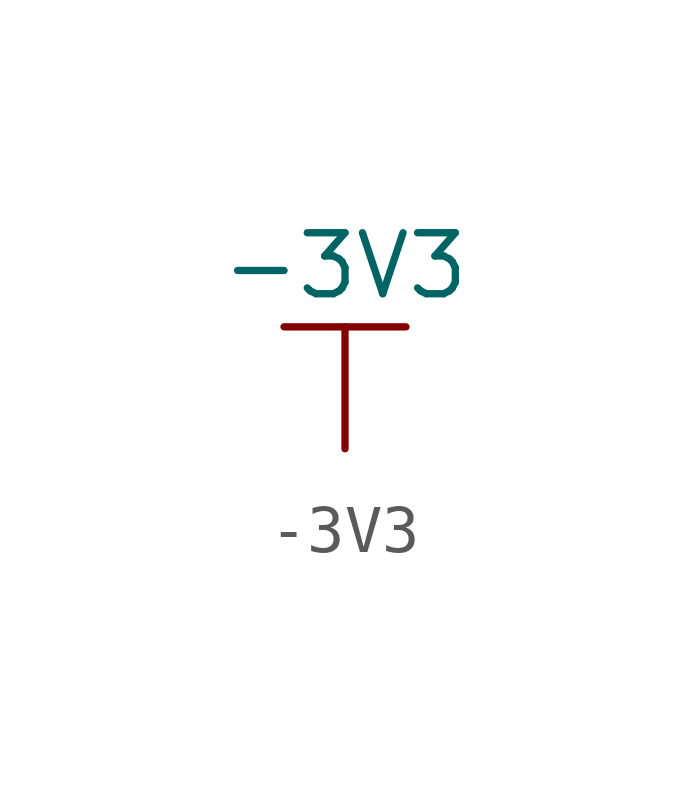
<source format=kicad_sym>
(kicad_symbol_lib
  (version 20220914)
  (generator kicad_symbol_editor)
  (symbol "-3V3"
    (power)
    (pin_names
      (offset 0))
    (property "Reference" "#PWR"
      (at 0 2.54 0)
      (effects (font (size 1.27 1.27)) hide))
    (property "Value" "-3V3"
      (at 0 3.81 0)
      (effects (font (size 1.27 1.27))))
    (symbol "-3V3_0_0"
      (pin power_in line (at 0 0 90) (length 0) hide (name "-3V3" (effects (font (size 1.27 1.27)))) (number "1" (effects (font (size 1.27 1.27))))))
    (symbol "-3V3_0_1"
      (polyline (pts (xy -1.27 2.54) (xy 1.27 2.54)) (stroke (width 0) (type solid)) (fill (type none)))
      (polyline (pts (xy 0 0) (xy 0 2.54)) (stroke (width 0) (type solid)) (fill (type none))))))
</source>
